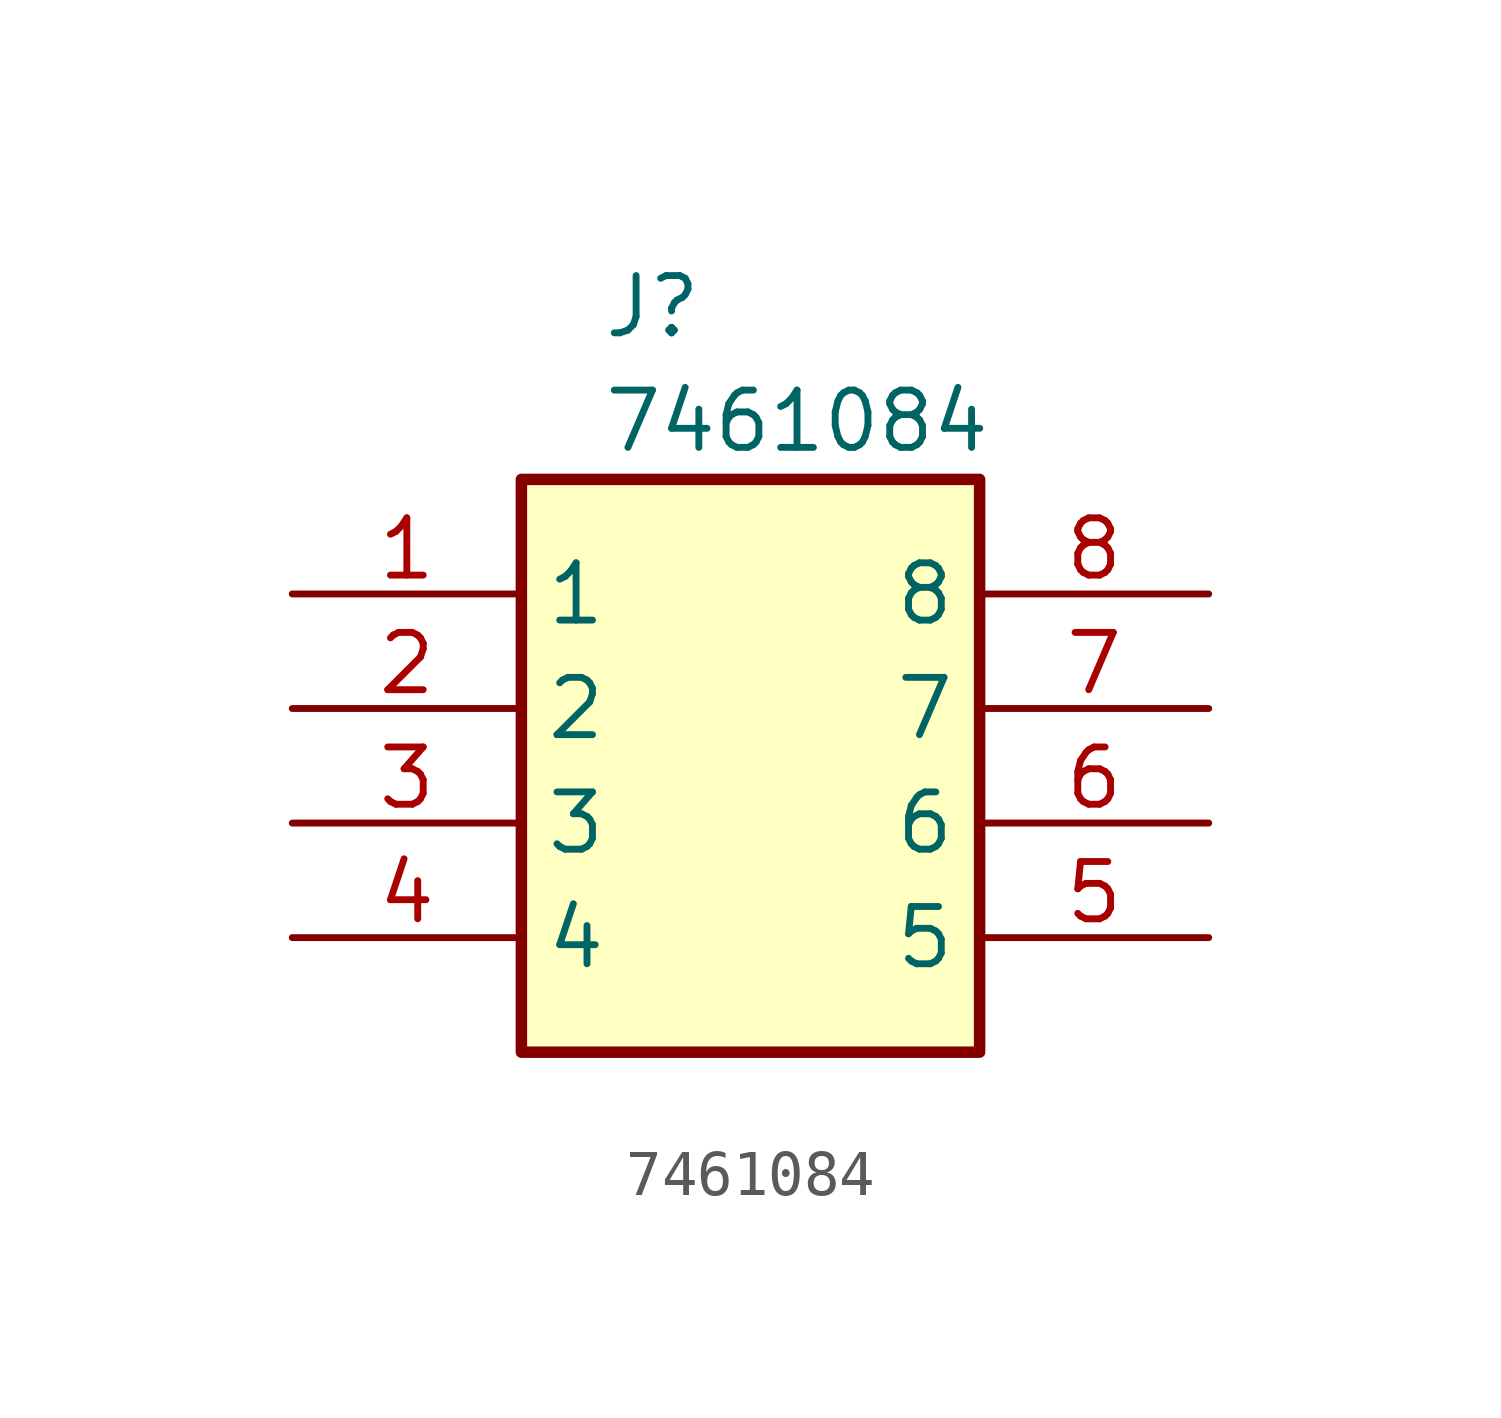
<source format=kicad_sym>
(kicad_symbol_lib
  (version 20231120)
  (generator "kicad_symbol_editor")
  (generator_version "8.0")
  (symbol "7461084"
    (property "Reference" "J"
      (at -3.302 10.922 0)
      (effects (font (size 1.27 1.27)) (justify left top)))
    (property "Value" "7461084"
      (at -3.302 8.382 0)
      (effects (font (size 1.27 1.27)) (justify left top)))
    (symbol "7461084_1_1"
      (rectangle (start -5.08 6.35) (end 5.08 -6.35) (stroke (width 0.254) (type default)) (fill (type background)))
      (pin passive line (at -10.16 3.81 0) (length 5.08) (name "1" (effects (font (size 1.27 1.27)))) (number "1" (effects (font (size 1.27 1.27)))))
      (pin passive line (at -10.16 1.27 0) (length 5.08) (name "2" (effects (font (size 1.27 1.27)))) (number "2" (effects (font (size 1.27 1.27)))))
      (pin passive line (at -10.16 -1.27 0) (length 5.08) (name "3" (effects (font (size 1.27 1.27)))) (number "3" (effects (font (size 1.27 1.27)))))
      (pin passive line (at -10.16 -3.81 0) (length 5.08) (name "4" (effects (font (size 1.27 1.27)))) (number "4" (effects (font (size 1.27 1.27)))))
      (pin passive line (at 10.16 -3.81 180) (length 5.08) (name "5" (effects (font (size 1.27 1.27)))) (number "5" (effects (font (size 1.27 1.27)))))
      (pin passive line (at 10.16 -1.27 180) (length 5.08) (name "6" (effects (font (size 1.27 1.27)))) (number "6" (effects (font (size 1.27 1.27)))))
      (pin passive line (at 10.16 1.27 180) (length 5.08) (name "7" (effects (font (size 1.27 1.27)))) (number "7" (effects (font (size 1.27 1.27)))))
      (pin passive line (at 10.16 3.81 180) (length 5.08) (name "8" (effects (font (size 1.27 1.27)))) (number "8" (effects (font (size 1.27 1.27))))))))
</source>
